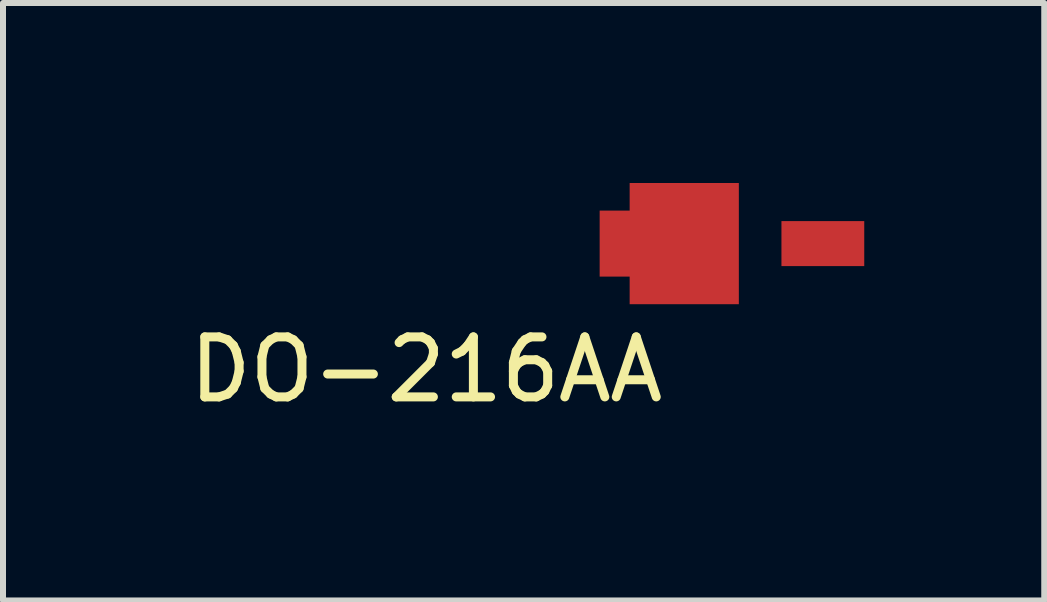
<source format=kicad_pcb>
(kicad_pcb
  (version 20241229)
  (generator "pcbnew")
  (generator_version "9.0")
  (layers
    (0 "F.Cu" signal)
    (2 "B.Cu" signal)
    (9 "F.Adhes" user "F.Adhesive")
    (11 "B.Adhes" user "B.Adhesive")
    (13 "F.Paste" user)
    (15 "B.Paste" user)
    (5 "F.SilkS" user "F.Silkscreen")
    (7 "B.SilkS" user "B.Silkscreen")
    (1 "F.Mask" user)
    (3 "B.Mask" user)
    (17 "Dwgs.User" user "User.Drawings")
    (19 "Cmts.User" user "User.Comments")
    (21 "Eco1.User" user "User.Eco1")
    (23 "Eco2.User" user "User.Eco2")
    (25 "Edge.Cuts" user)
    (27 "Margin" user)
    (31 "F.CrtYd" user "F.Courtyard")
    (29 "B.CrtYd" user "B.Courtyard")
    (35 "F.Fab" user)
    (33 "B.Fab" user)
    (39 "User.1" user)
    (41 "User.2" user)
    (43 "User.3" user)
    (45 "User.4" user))
  (footprint "DO-216AA"
    (layer "F.Cu")
    (at 8.354 1.01)
    (property "Reference" "DO-216AA" (at -4.3 2.1 0) (layer "F.SilkS") (effects (font (size 1 1) (thickness 0.15))))
    (attr through_hole)
    (pad "1" smd custom (at 0 0) (size 1.82 2.02) (layers "F.Cu" "F.Mask" "F.Paste") (options (anchor rect)) (primitives (gr_poly (pts (xy -1.41 0.55) (xy -1.41 -0.55) (xy -0.91 -0.55) (xy -0.91 0.55)) (width 0) (fill yes))))
    (pad "2" smd rect (at 2.31 0) (size 1.38 0.75) (layers "F.Cu" "F.Mask" "F.Paste")))
  (gr_rect
    (start -3 -3)
    (end 14.354 6.958)
    (stroke (width 0.1) (type default))
    (fill no)
    (layer "Edge.Cuts")))
</source>
